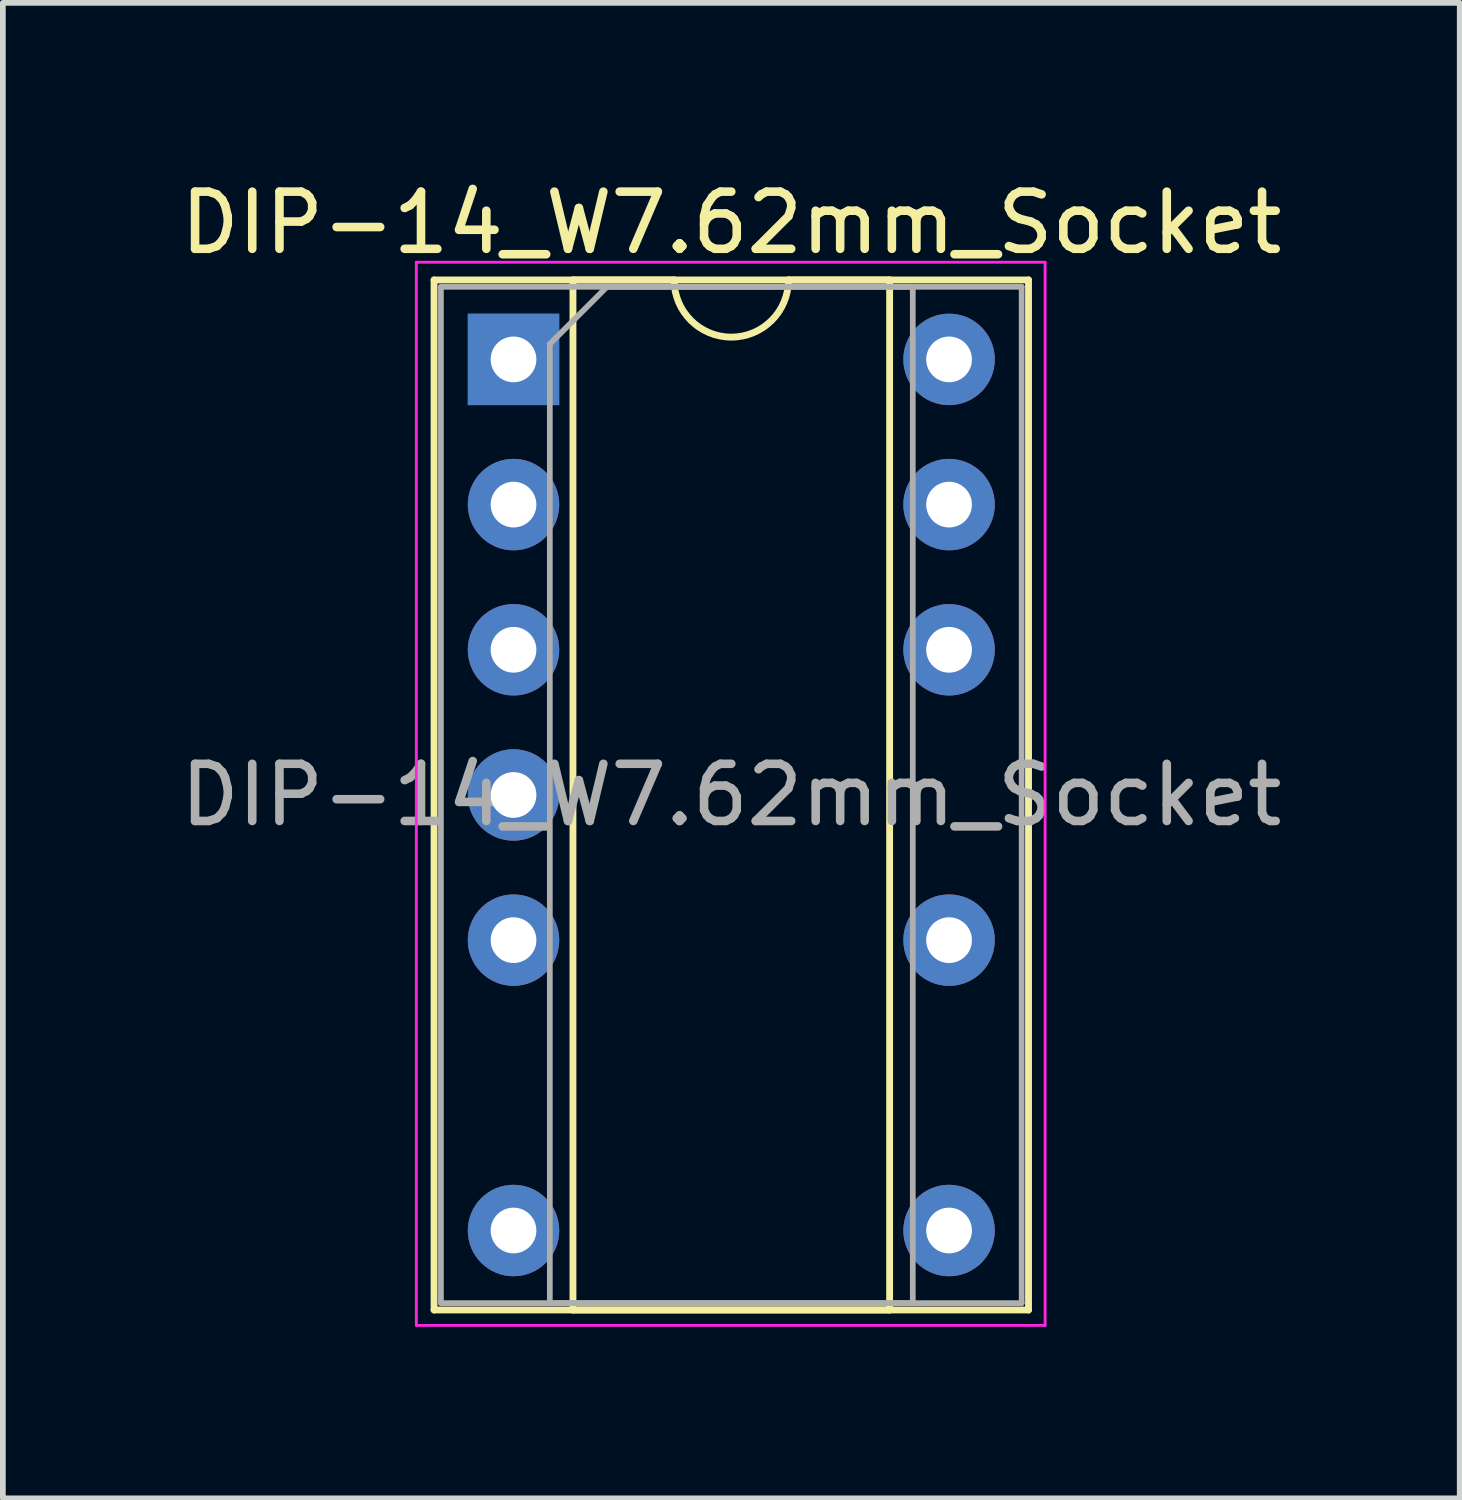
<source format=kicad_pcb>
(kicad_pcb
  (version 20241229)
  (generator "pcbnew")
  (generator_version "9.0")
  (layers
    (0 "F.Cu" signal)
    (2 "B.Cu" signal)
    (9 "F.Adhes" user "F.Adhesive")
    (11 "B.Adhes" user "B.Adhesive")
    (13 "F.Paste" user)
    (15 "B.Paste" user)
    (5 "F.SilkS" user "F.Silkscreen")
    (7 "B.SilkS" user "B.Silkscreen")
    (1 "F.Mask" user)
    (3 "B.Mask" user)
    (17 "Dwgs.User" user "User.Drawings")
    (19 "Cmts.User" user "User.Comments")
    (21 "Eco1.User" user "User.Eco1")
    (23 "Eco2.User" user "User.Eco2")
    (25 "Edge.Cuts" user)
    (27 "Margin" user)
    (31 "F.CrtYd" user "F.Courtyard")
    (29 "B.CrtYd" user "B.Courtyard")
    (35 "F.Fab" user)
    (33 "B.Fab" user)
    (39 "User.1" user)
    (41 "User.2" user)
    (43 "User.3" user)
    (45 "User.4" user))
  (footprint "DIP-14_W7.62mm_Socket"
    (layer "F.Cu")
    (at 5.934 3.238)
    (property "Reference" "DIP-14_W7.62mm_Socket" (at 3.81 -2.39 0) (layer "F.SilkS") (effects (font (size 1 1) (thickness 0.15))))
    (attr through_hole)
    (fp_line (start -1.39 -1.39) (end -1.39 16.63) (stroke (width 0.12) (type solid)) (layer "F.SilkS"))
    (fp_line (start -1.39 16.63) (end 9.01 16.63) (stroke (width 0.12) (type solid)) (layer "F.SilkS"))
    (fp_line (start 1.04 -1.39) (end 1.04 16.63) (stroke (width 0.12) (type solid)) (layer "F.SilkS"))
    (fp_line (start 1.04 16.63) (end 6.58 16.63) (stroke (width 0.12) (type solid)) (layer "F.SilkS"))
    (fp_line (start 2.81 -1.39) (end 1.04 -1.39) (stroke (width 0.12) (type solid)) (layer "F.SilkS"))
    (fp_line (start 6.58 -1.39) (end 4.81 -1.39) (stroke (width 0.12) (type solid)) (layer "F.SilkS"))
    (fp_line (start 6.58 16.63) (end 6.58 -1.39) (stroke (width 0.12) (type solid)) (layer "F.SilkS"))
    (fp_line (start 9.01 -1.39) (end -1.39 -1.39) (stroke (width 0.12) (type solid)) (layer "F.SilkS"))
    (fp_line (start 9.01 16.63) (end 9.01 -1.39) (stroke (width 0.12) (type solid)) (layer "F.SilkS"))
    (fp_arc (start 4.81 -1.39) (mid 3.81 -0.39) (end 2.81 -1.39) (stroke (width 0.12) (type solid)) (layer "F.SilkS"))
    (fp_line (start -1.7 -1.7) (end -1.7 16.9) (stroke (width 0.05) (type solid)) (layer "F.CrtYd"))
    (fp_line (start -1.7 16.9) (end 9.3 16.9) (stroke (width 0.05) (type solid)) (layer "F.CrtYd"))
    (fp_line (start 9.3 -1.7) (end -1.7 -1.7) (stroke (width 0.05) (type solid)) (layer "F.CrtYd"))
    (fp_line (start 9.3 16.9) (end 9.3 -1.7) (stroke (width 0.05) (type solid)) (layer "F.CrtYd"))
    (fp_line (start -1.27 -1.27) (end -1.27 16.51) (stroke (width 0.1) (type solid)) (layer "F.Fab"))
    (fp_line (start -1.27 16.51) (end 8.89 16.51) (stroke (width 0.1) (type solid)) (layer "F.Fab"))
    (fp_line (start 0.635 -0.27) (end 1.635 -1.27) (stroke (width 0.1) (type solid)) (layer "F.Fab"))
    (fp_line (start 0.635 16.51) (end 0.635 -0.27) (stroke (width 0.1) (type solid)) (layer "F.Fab"))
    (fp_line (start 1.635 -1.27) (end 6.985 -1.27) (stroke (width 0.1) (type solid)) (layer "F.Fab"))
    (fp_line (start 6.985 -1.27) (end 6.985 16.51) (stroke (width 0.1) (type solid)) (layer "F.Fab"))
    (fp_line (start 6.985 16.51) (end 0.635 16.51) (stroke (width 0.1) (type solid)) (layer "F.Fab"))
    (fp_line (start 8.89 -1.27) (end -1.27 -1.27) (stroke (width 0.1) (type solid)) (layer "F.Fab"))
    (fp_line (start 8.89 16.51) (end 8.89 -1.27) (stroke (width 0.1) (type solid)) (layer "F.Fab"))
    (fp_text user "${REFERENCE}" (at 3.81 7.62 0) (layer "F.Fab") (effects (font (size 1 1) (thickness 0.15))))
    (pad "1" thru_hole rect (at 0 0) (size 1.6 1.6) (drill 0.8) (layers "*.Cu" "*.Mask"))
    (pad "2" thru_hole oval (at 0 2.54) (size 1.6 1.6) (drill 0.8) (layers "*.Cu" "*.Mask"))
    (pad "3" thru_hole oval (at 0 5.08) (size 1.6 1.6) (drill 0.8) (layers "*.Cu" "*.Mask"))
    (pad "4" thru_hole oval (at 0 7.62) (size 1.6 1.6) (drill 0.8) (layers "*.Cu" "*.Mask"))
    (pad "5" thru_hole oval (at 0 10.16) (size 1.6 1.6) (drill 0.8) (layers "*.Cu" "*.Mask"))
    (pad "7" thru_hole oval (at 0 15.24) (size 1.6 1.6) (drill 0.8) (layers "*.Cu" "*.Mask"))
    (pad "8" thru_hole oval (at 7.62 15.24) (size 1.6 1.6) (drill 0.8) (layers "*.Cu" "*.Mask"))
    (pad "10" thru_hole oval (at 7.62 10.16) (size 1.6 1.6) (drill 0.8) (layers "*.Cu" "*.Mask"))
    (pad "12" thru_hole oval (at 7.62 5.08) (size 1.6 1.6) (drill 0.8) (layers "*.Cu" "*.Mask"))
    (pad "13" thru_hole oval (at 7.62 2.54) (size 1.6 1.6) (drill 0.8) (layers "*.Cu" "*.Mask"))
    (pad "14" thru_hole oval (at 7.62 0) (size 1.6 1.6) (drill 0.8) (layers "*.Cu" "*.Mask")))
  (gr_rect
    (start -3 -3)
    (end 22.488 23.163)
    (stroke (width 0.1) (type default))
    (fill no)
    (layer "Edge.Cuts")))
</source>
